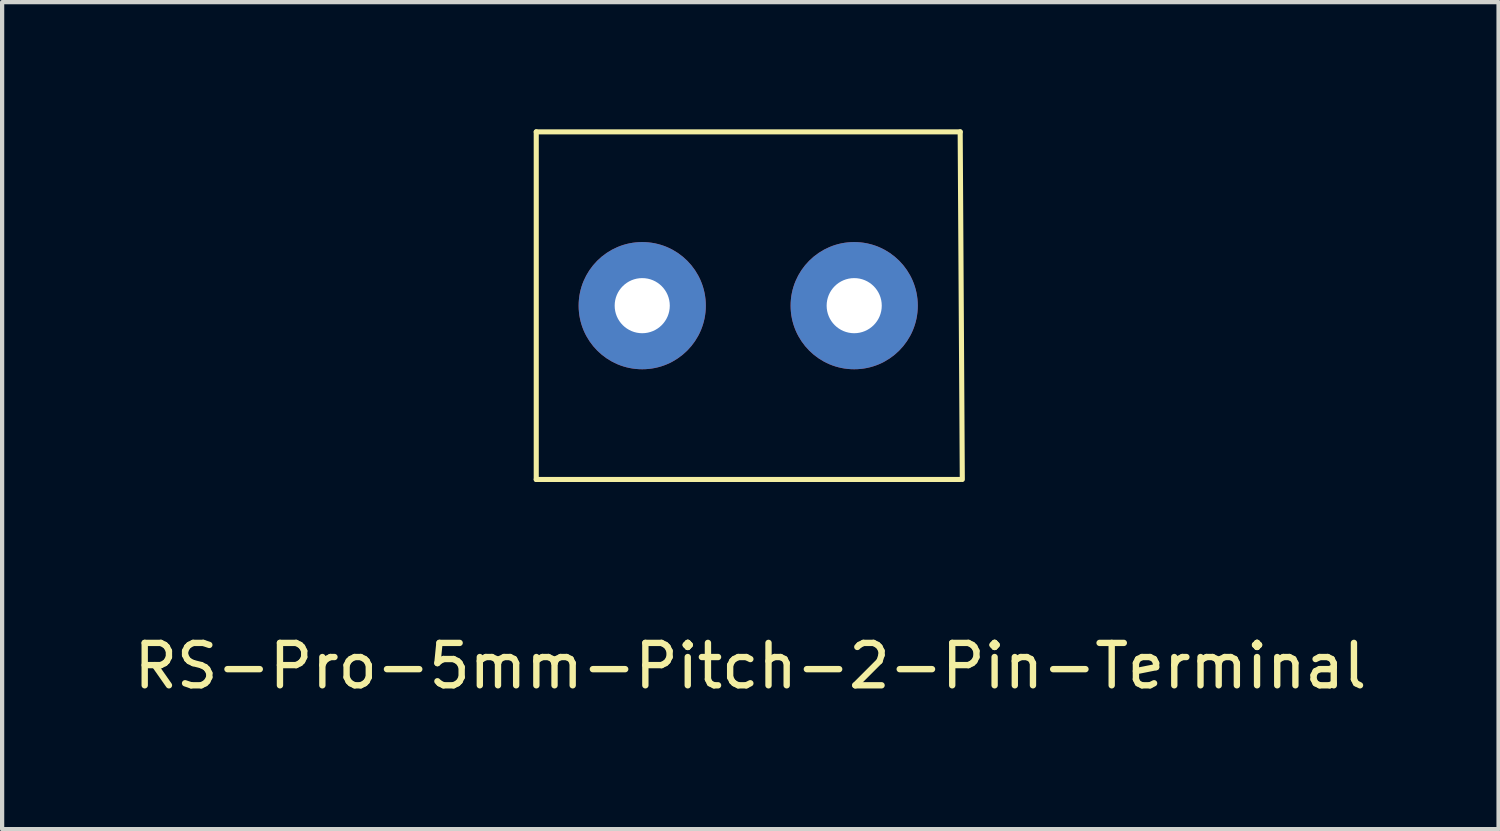
<source format=kicad_pcb>
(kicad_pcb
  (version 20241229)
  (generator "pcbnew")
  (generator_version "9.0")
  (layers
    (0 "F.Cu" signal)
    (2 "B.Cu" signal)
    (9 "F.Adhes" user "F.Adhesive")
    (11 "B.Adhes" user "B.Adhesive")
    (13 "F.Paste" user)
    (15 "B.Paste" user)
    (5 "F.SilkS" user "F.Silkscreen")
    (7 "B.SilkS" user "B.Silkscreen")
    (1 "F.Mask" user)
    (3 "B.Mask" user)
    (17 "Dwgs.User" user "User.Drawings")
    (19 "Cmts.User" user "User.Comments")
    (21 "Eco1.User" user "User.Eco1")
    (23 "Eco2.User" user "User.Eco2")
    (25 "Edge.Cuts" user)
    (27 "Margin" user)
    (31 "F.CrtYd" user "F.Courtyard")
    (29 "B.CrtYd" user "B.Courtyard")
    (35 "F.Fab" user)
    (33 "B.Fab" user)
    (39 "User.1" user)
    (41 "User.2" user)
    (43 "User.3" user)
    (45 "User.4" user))
  (footprint "RS-Pro-5mm-Pitch-2-Pin-Terminal"
    (layer "F.Cu")
    (at 14.599 4.16)
    (property "Reference" "RS-Pro-5mm-Pitch-2-Pin-Terminal" (at 0.05 8.5 0) (layer "F.SilkS") (effects (font (size 1 1) (thickness 0.15))))
    (attr through_hole)
    (fp_line (start -5 -4.1) (end -5 4.1) (stroke (width 0.12) (type solid)) (layer "F.SilkS"))
    (fp_line (start -5 -4.1) (end 5 -4.1) (stroke (width 0.12) (type solid)) (layer "F.SilkS"))
    (fp_line (start -5 4.1) (end 5 4.1) (stroke (width 0.12) (type solid)) (layer "F.SilkS"))
    (fp_line (start 5 -4.1) (end 5.05 4.1) (stroke (width 0.12) (type solid)) (layer "F.SilkS"))
    (pad "1" thru_hole circle (at -2.5 0) (size 3 3) (drill 1.3) (layers "*.Cu" "*.Mask"))
    (pad "2" thru_hole circle (at 2.5 0) (size 3 3) (drill 1.3) (layers "*.Cu" "*.Mask")))
  (gr_rect
    (start -3 -3)
    (end 32.298 16.508)
    (stroke (width 0.1) (type default))
    (fill no)
    (layer "Edge.Cuts")))
</source>
